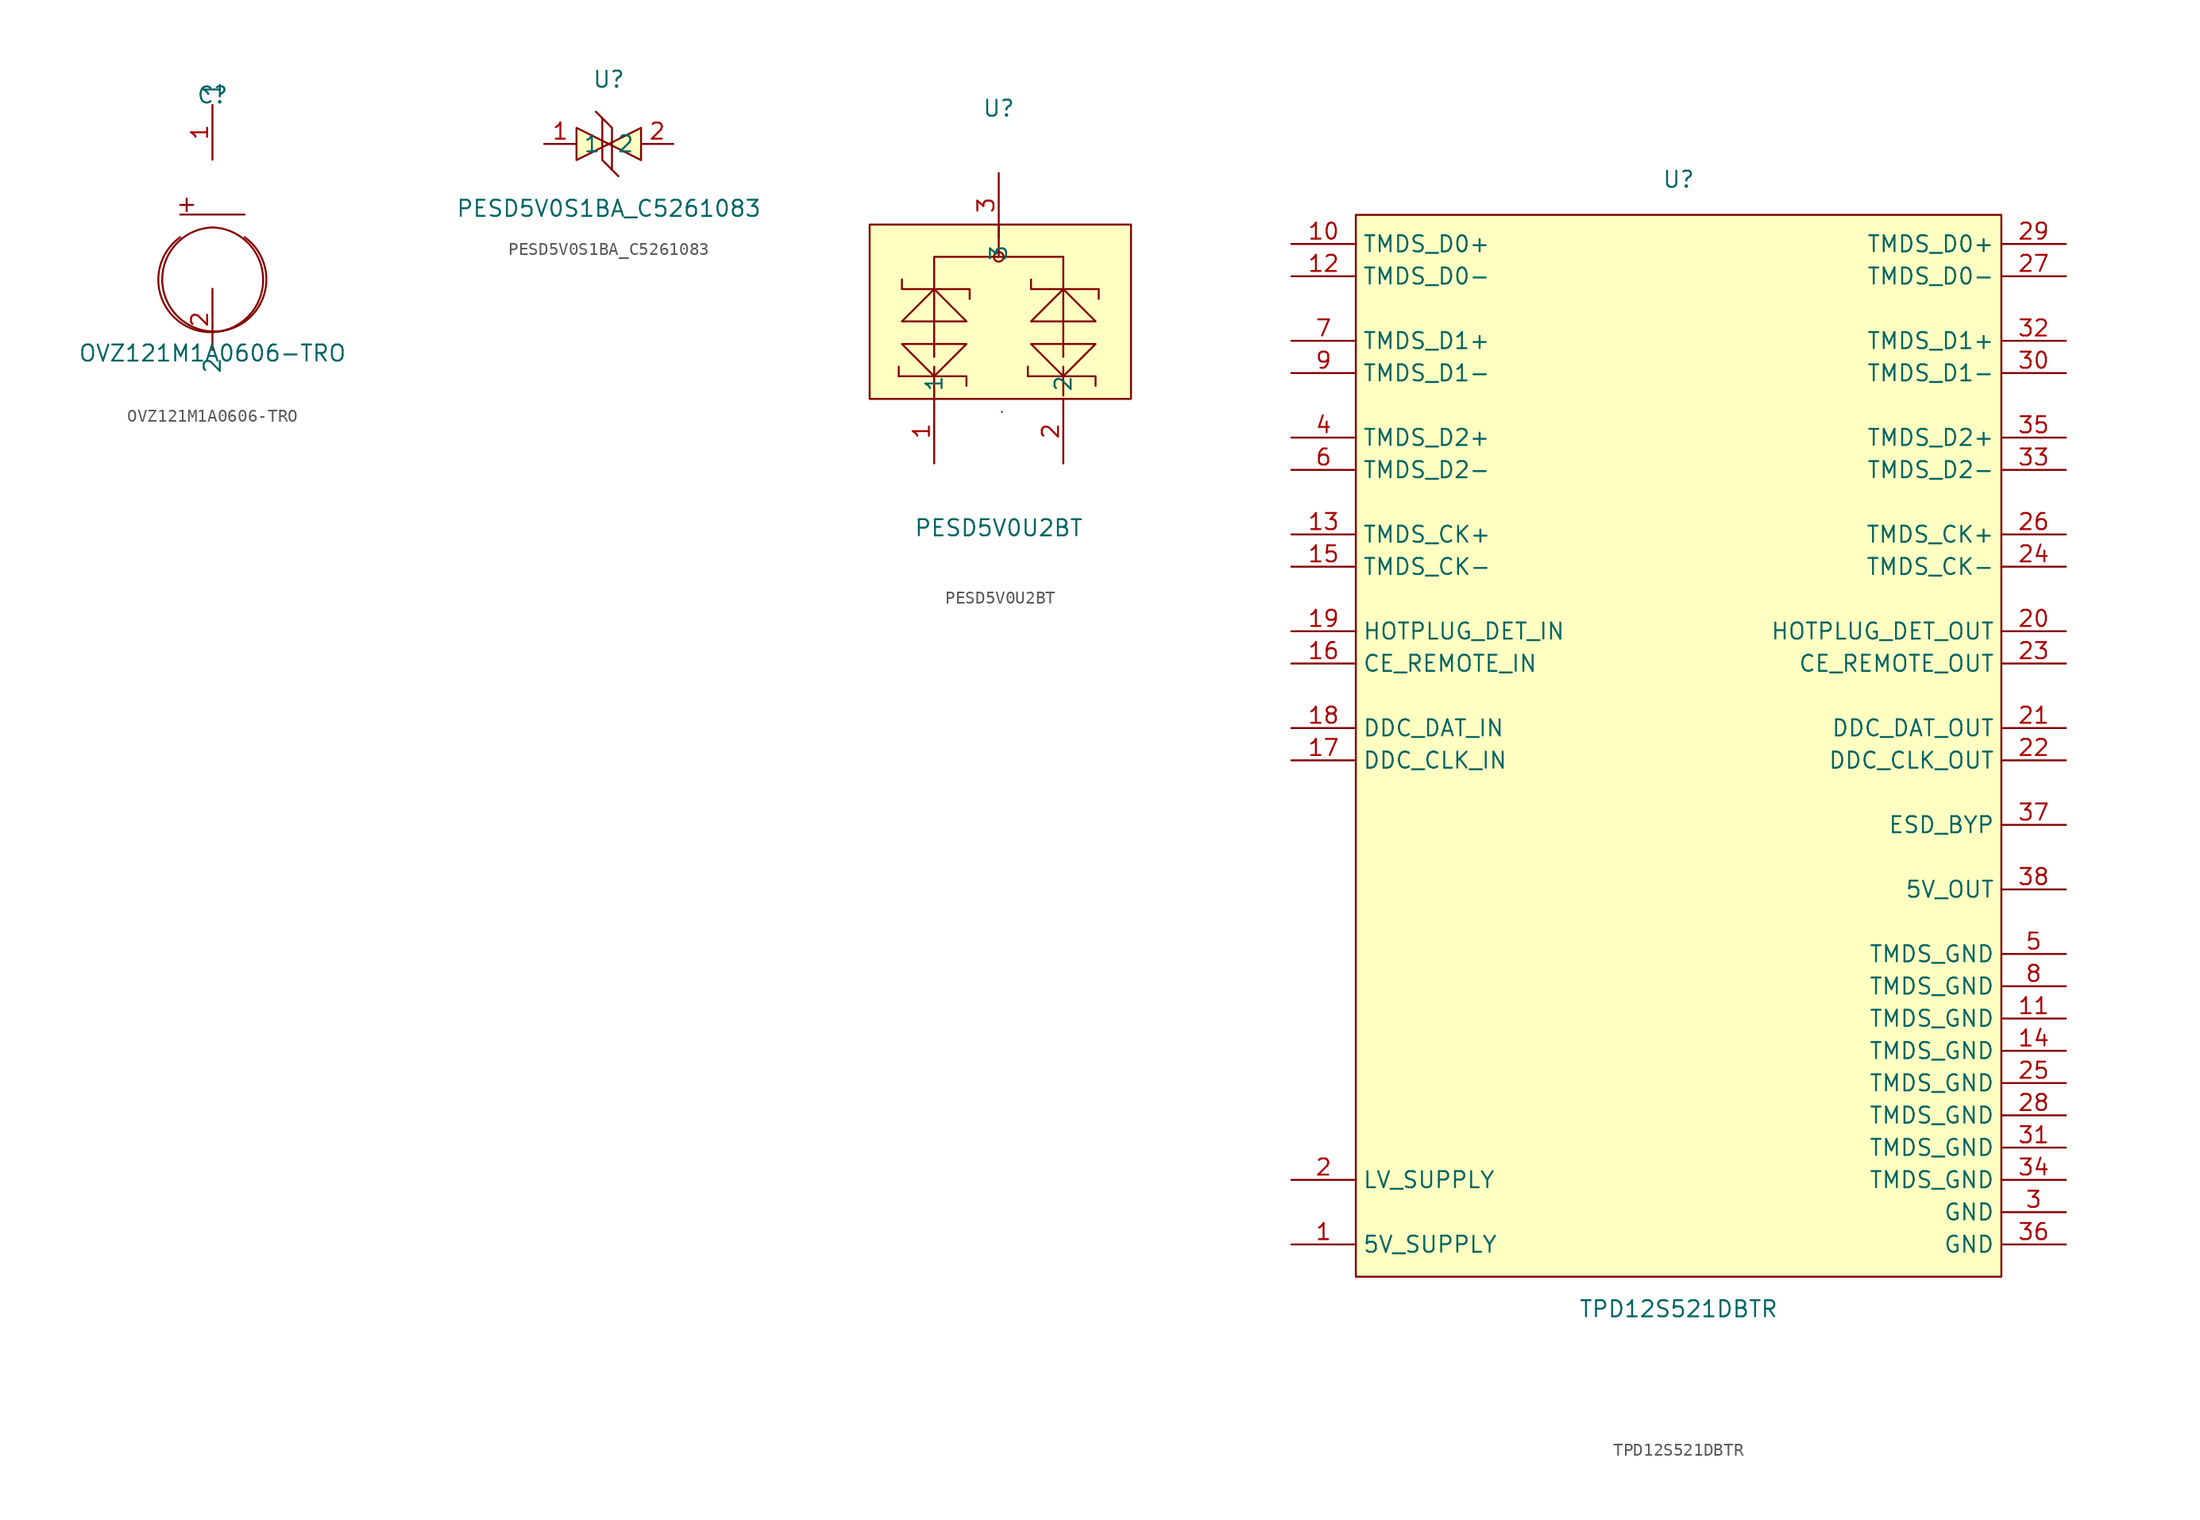
<source format=kicad_sym>
(kicad_symbol_lib
  (version 20241209)
  (generator "kicad_symbol_editor")
  (generator_version "9.0")
  (symbol "OVZ121M1A0606-TRO"
    (property "Reference" "C"
      (at 0 10.16 0)
      (effects (font (size 1.27 1.27))))
    (property "Value" "OVZ121M1A0606-TRO"
      (at 0 -10.16 0)
      (effects (font (size 1.27 1.27))))
    (symbol "OVZ121M1A0606-TRO_0_1"
      (rectangle (start -2.54 1.52) (end -1.52 1.52) (stroke (width 0) (type default) (color 0 0 0 0)) (fill (type background)))
      (rectangle (start -2.03 2.03) (end -2.03 1.02) (stroke (width 0) (type default) (color 0 0 0 0)) (fill (type background)))
      (arc (start 0.00 -0.25) (mid 4.23 -4.70) (end 2.54 -1.02) (stroke (width 0) (type default) (color 0 0 0 0)) (fill (type none)))
      (arc (start -2.54 -1.02) (mid 3.94 -3.72) (end 0.00 -0.25) (stroke (width 0) (type default) (color 0 0 0 0)) (fill (type none)))
      (polyline (pts (xy -2.54 0.76) (xy 2.54 0.76)) (stroke (width 0) (type default) (color 0 0 0 0)) (fill (type none)))
      (pin unspecified line (at 0.00 5.08 90) (length 4.318) (name "1" (effects (font (size 1.27 1.27)))) (number "1" (effects (font (size 1.27 1.27)))))
      (pin unspecified line (at 0.00 -5.08 270) (length 4.826) (name "2" (effects (font (size 1.27 1.27)))) (number "2" (effects (font (size 1.27 1.27)))))))
  (symbol "PESD5V0S1BA_C5261083"
    (property "Reference" "U"
      (at 0 5.08 0)
      (effects (font (size 1.27 1.27))))
    (property "Value" "PESD5V0S1BA_C5261083"
      (at 0 -5.08 0)
      (effects (font (size 1.27 1.27))))
    (symbol "PESD5V0S1BA_C5261083_0_1"
      (polyline (pts (xy -2.54 1.27) (xy 0 0) (xy -2.54 -1.27) (xy -2.54 1.27)) (stroke (width 0) (type default)) (fill (type background)))
      (polyline (pts (xy -0.51 -1.27) (xy 0.25 -2.03) (xy -0.25 -1.52) (xy -0.51 -1.27) (xy -0.51 2.03) (xy -0.76 2.29) (xy -1.02 2.54)) (stroke (width 0) (type default)) (fill (type none)))
      (polyline (pts (xy 0.76 -2.54) (xy 0.51 -2.29) (xy 0.25 -2.03) (xy 0.25 1.27) (xy 0.25 1.27) (xy 0 1.52) (xy -0.51 2.03)) (stroke (width 0) (type default)) (fill (type none)))
      (polyline (pts (xy 2.54 1.27) (xy 0 0) (xy 2.54 -1.27) (xy 2.54 1.27)) (stroke (width 0) (type default)) (fill (type background)))
      (pin unspecified line (at -5.08 0 0) (length 2.54) (name "1" (effects (font (size 1.27 1.27)))) (number "1" (effects (font (size 1.27 1.27)))))
      (pin unspecified line (at 5.08 0 180) (length 2.54) (name "2" (effects (font (size 1.27 1.27)))) (number "2" (effects (font (size 1.27 1.27)))))))
  (symbol "PESD5V0U2BT"
    (property "Reference" "U"
      (at 0 17.78 0)
      (effects (font (size 1.27 1.27))))
    (property "Value" "PESD5V0U2BT"
      (at 0 -15.24 0)
      (effects (font (size 1.27 1.27))))
    (symbol "PESD5V0U2BT_0_1"
      (rectangle (start -10.16 8.64) (end 10.41 -5.08) (stroke (width 0) (type default)) (fill (type background)))
      (polyline (pts (xy -7.87 -3.3) (xy -7.87 -2.54)) (stroke (width 0) (type default)) (fill (type none)))
      (polyline (pts (xy -7.62 4.32) (xy -7.62 3.56) (xy -5.08 3.56) (xy -2.29 3.56)) (stroke (width 0) (type default)) (fill (type none)))
      (polyline (pts (xy -7.62 -0.76) (xy -5.08 -3.3) (xy -2.54 -0.76) (xy -7.62 -0.76)) (stroke (width 0) (type default)) (fill (type background)))
      (polyline (pts (xy -5.08 -1.78) (xy -5.08 6.1) (xy 5.08 6.1)) (stroke (width 0) (type default)) (fill (type none)))
      (polyline (pts (xy -5.08 -2.54) (xy -5.08 -5.08)) (stroke (width 0) (type default)) (fill (type none)))
      (polyline (pts (xy -2.54 1.02) (xy -5.08 3.56) (xy -7.62 1.02) (xy -2.54 1.02)) (stroke (width 0) (type default)) (fill (type background)))
      (polyline (pts (xy -2.54 -4.06) (xy -2.54 -3.3) (xy -7.87 -3.3)) (stroke (width 0) (type default)) (fill (type none)))
      (polyline (pts (xy -2.29 3.56) (xy -2.29 2.79)) (stroke (width 0) (type default)) (fill (type none)))
      (polyline (pts (xy 0 8.64) (xy 0 6.1)) (stroke (width 0) (type default)) (fill (type none)))
      (circle (center 0 6.1) (radius 0.38) (stroke (width 0) (type default)) (fill (type none)))
      (arc (start 0.25 -6.1) (mid 0.25 -6.1) (end 0.25 -6.1) (stroke (width 0) (type default)) (fill (type none)))
      (polyline (pts (xy 2.29 -3.3) (xy 2.29 -2.54)) (stroke (width 0) (type default)) (fill (type none)))
      (polyline (pts (xy 2.54 4.32) (xy 2.54 3.56) (xy 7.87 3.56)) (stroke (width 0) (type default)) (fill (type none)))
      (polyline (pts (xy 2.54 -0.76) (xy 5.08 -3.3) (xy 7.62 -0.76) (xy 2.54 -0.76)) (stroke (width 0) (type default)) (fill (type background)))
      (polyline (pts (xy 5.08 6.1) (xy 5.08 -1.78)) (stroke (width 0) (type default)) (fill (type none)))
      (polyline (pts (xy 5.08 -2.54) (xy 5.08 -4.83)) (stroke (width 0) (type default)) (fill (type none)))
      (polyline (pts (xy 7.62 1.02) (xy 5.08 3.56) (xy 2.54 1.02) (xy 7.62 1.02)) (stroke (width 0) (type default)) (fill (type background)))
      (polyline (pts (xy 7.62 -4.06) (xy 7.62 -3.3) (xy 2.29 -3.3)) (stroke (width 0) (type default)) (fill (type none)))
      (polyline (pts (xy 7.87 3.56) (xy 7.87 2.79)) (stroke (width 0) (type default)) (fill (type none)))
      (pin passive line (at -5.08 -10.16 90) (length 5.08) (name "1" (effects (font (size 1.27 1.27)))) (number "1" (effects (font (size 1.27 1.27)))))
      (pin input line (at 0 12.7 270) (length 5.08) (name "3" (effects (font (size 1.27 1.27)))) (number "3" (effects (font (size 1.27 1.27)))))
      (pin passive line (at 5.08 -10.16 90) (length 5.08) (name "2" (effects (font (size 1.27 1.27)))) (number "2" (effects (font (size 1.27 1.27)))))))
  (symbol "TPD12S521DBTR"
    (property "Reference" "U"
      (at 0 44.45 0)
      (effects (font (size 1.27 1.27))))
    (property "Value" "TPD12S521DBTR"
      (at 0 -44.45 0)
      (effects (font (size 1.27 1.27))))
    (symbol "TPD12S521DBTR_0_1"
      (rectangle (start -25.40 41.66) (end 25.40 -41.91) (stroke (width 0) (type default) (color 0 0 0 0)) (fill (type background)))
      (pin power_in line (at -30.48 -39.37 0) (length 5.08) (name "5V_SUPPLY" (effects (font (size 1.27 1.27)))) (number "1" (effects (font (size 1.27 1.27)))))
      (pin power_in line (at -30.48 -34.29 0) (length 5.08) (name "LV_SUPPLY" (effects (font (size 1.27 1.27)))) (number "2" (effects (font (size 1.27 1.27)))))
      (pin power_in line (at 30.48 -36.83 180) (length 5.08) (name "GND" (effects (font (size 1.27 1.27)))) (number "3" (effects (font (size 1.27 1.27)))))
      (pin unspecified line (at -30.48 24.13 0) (length 5.08) (name "TMDS_D2+" (effects (font (size 1.27 1.27)))) (number "4" (effects (font (size 1.27 1.27)))))
      (pin power_in line (at 30.48 -16.51 180) (length 5.08) (name "TMDS_GND" (effects (font (size 1.27 1.27)))) (number "5" (effects (font (size 1.27 1.27)))))
      (pin unspecified line (at -30.48 21.59 0) (length 5.08) (name "TMDS_D2-" (effects (font (size 1.27 1.27)))) (number "6" (effects (font (size 1.27 1.27)))))
      (pin unspecified line (at -30.48 31.75 0) (length 5.08) (name "TMDS_D1+" (effects (font (size 1.27 1.27)))) (number "7" (effects (font (size 1.27 1.27)))))
      (pin power_in line (at 30.48 -19.05 180) (length 5.08) (name "TMDS_GND" (effects (font (size 1.27 1.27)))) (number "8" (effects (font (size 1.27 1.27)))))
      (pin unspecified line (at -30.48 29.21 0) (length 5.08) (name "TMDS_D1-" (effects (font (size 1.27 1.27)))) (number "9" (effects (font (size 1.27 1.27)))))
      (pin unspecified line (at -30.48 39.37 0) (length 5.08) (name "TMDS_D0+" (effects (font (size 1.27 1.27)))) (number "10" (effects (font (size 1.27 1.27)))))
      (pin power_in line (at 30.48 -21.59 180) (length 5.08) (name "TMDS_GND" (effects (font (size 1.27 1.27)))) (number "11" (effects (font (size 1.27 1.27)))))
      (pin unspecified line (at -30.48 36.83 0) (length 5.08) (name "TMDS_D0-" (effects (font (size 1.27 1.27)))) (number "12" (effects (font (size 1.27 1.27)))))
      (pin unspecified line (at -30.48 16.51 0) (length 5.08) (name "TMDS_CK+" (effects (font (size 1.27 1.27)))) (number "13" (effects (font (size 1.27 1.27)))))
      (pin power_in line (at 30.48 -24.13 180) (length 5.08) (name "TMDS_GND" (effects (font (size 1.27 1.27)))) (number "14" (effects (font (size 1.27 1.27)))))
      (pin unspecified line (at -30.48 13.97 0) (length 5.08) (name "TMDS_CK-" (effects (font (size 1.27 1.27)))) (number "15" (effects (font (size 1.27 1.27)))))
      (pin unspecified line (at -30.48 6.35 0) (length 5.08) (name "CE_REMOTE_IN" (effects (font (size 1.27 1.27)))) (number "16" (effects (font (size 1.27 1.27)))))
      (pin unspecified line (at -30.48 -1.27 0) (length 5.08) (name "DDC_CLK_IN" (effects (font (size 1.27 1.27)))) (number "17" (effects (font (size 1.27 1.27)))))
      (pin unspecified line (at -30.48 1.27 0) (length 5.08) (name "DDC_DAT_IN" (effects (font (size 1.27 1.27)))) (number "18" (effects (font (size 1.27 1.27)))))
      (pin unspecified line (at -30.48 8.89 0) (length 5.08) (name "HOTPLUG_DET_IN" (effects (font (size 1.27 1.27)))) (number "19" (effects (font (size 1.27 1.27)))))
      (pin output line (at 30.48 8.89 180) (length 5.08) (name "HOTPLUG_DET_OUT" (effects (font (size 1.27 1.27)))) (number "20" (effects (font (size 1.27 1.27)))))
      (pin output line (at 30.48 1.27 180) (length 5.08) (name "DDC_DAT_OUT" (effects (font (size 1.27 1.27)))) (number "21" (effects (font (size 1.27 1.27)))))
      (pin output line (at 30.48 -1.27 180) (length 5.08) (name "DDC_CLK_OUT" (effects (font (size 1.27 1.27)))) (number "22" (effects (font (size 1.27 1.27)))))
      (pin output line (at 30.48 6.35 180) (length 5.08) (name "CE_REMOTE_OUT" (effects (font (size 1.27 1.27)))) (number "23" (effects (font (size 1.27 1.27)))))
      (pin unspecified line (at 30.48 13.97 180) (length 5.08) (name "TMDS_CK-" (effects (font (size 1.27 1.27)))) (number "24" (effects (font (size 1.27 1.27)))))
      (pin power_in line (at 30.48 -26.67 180) (length 5.08) (name "TMDS_GND" (effects (font (size 1.27 1.27)))) (number "25" (effects (font (size 1.27 1.27)))))
      (pin unspecified line (at 30.48 16.51 180) (length 5.08) (name "TMDS_CK+" (effects (font (size 1.27 1.27)))) (number "26" (effects (font (size 1.27 1.27)))))
      (pin unspecified line (at 30.48 36.83 180) (length 5.08) (name "TMDS_D0-" (effects (font (size 1.27 1.27)))) (number "27" (effects (font (size 1.27 1.27)))))
      (pin power_in line (at 30.48 -29.21 180) (length 5.08) (name "TMDS_GND" (effects (font (size 1.27 1.27)))) (number "28" (effects (font (size 1.27 1.27)))))
      (pin unspecified line (at 30.48 39.37 180) (length 5.08) (name "TMDS_D0+" (effects (font (size 1.27 1.27)))) (number "29" (effects (font (size 1.27 1.27)))))
      (pin unspecified line (at 30.48 29.21 180) (length 5.08) (name "TMDS_D1-" (effects (font (size 1.27 1.27)))) (number "30" (effects (font (size 1.27 1.27)))))
      (pin power_in line (at 30.48 -31.75 180) (length 5.08) (name "TMDS_GND" (effects (font (size 1.27 1.27)))) (number "31" (effects (font (size 1.27 1.27)))))
      (pin unspecified line (at 30.48 31.75 180) (length 5.08) (name "TMDS_D1+" (effects (font (size 1.27 1.27)))) (number "32" (effects (font (size 1.27 1.27)))))
      (pin unspecified line (at 30.48 21.59 180) (length 5.08) (name "TMDS_D2-" (effects (font (size 1.27 1.27)))) (number "33" (effects (font (size 1.27 1.27)))))
      (pin power_in line (at 30.48 -34.29 180) (length 5.08) (name "TMDS_GND" (effects (font (size 1.27 1.27)))) (number "34" (effects (font (size 1.27 1.27)))))
      (pin unspecified line (at 30.48 24.13 180) (length 5.08) (name "TMDS_D2+" (effects (font (size 1.27 1.27)))) (number "35" (effects (font (size 1.27 1.27)))))
      (pin power_in line (at 30.48 -39.37 180) (length 5.08) (name "GND" (effects (font (size 1.27 1.27)))) (number "36" (effects (font (size 1.27 1.27)))))
      (pin unspecified line (at 30.48 -6.35 180) (length 5.08) (name "ESD_BYP" (effects (font (size 1.27 1.27)))) (number "37" (effects (font (size 1.27 1.27)))))
      (pin power_in line (at 30.48 -11.43 180) (length 5.08) (name "5V_OUT" (effects (font (size 1.27 1.27)))) (number "38" (effects (font (size 1.27 1.27))))))))
</source>
